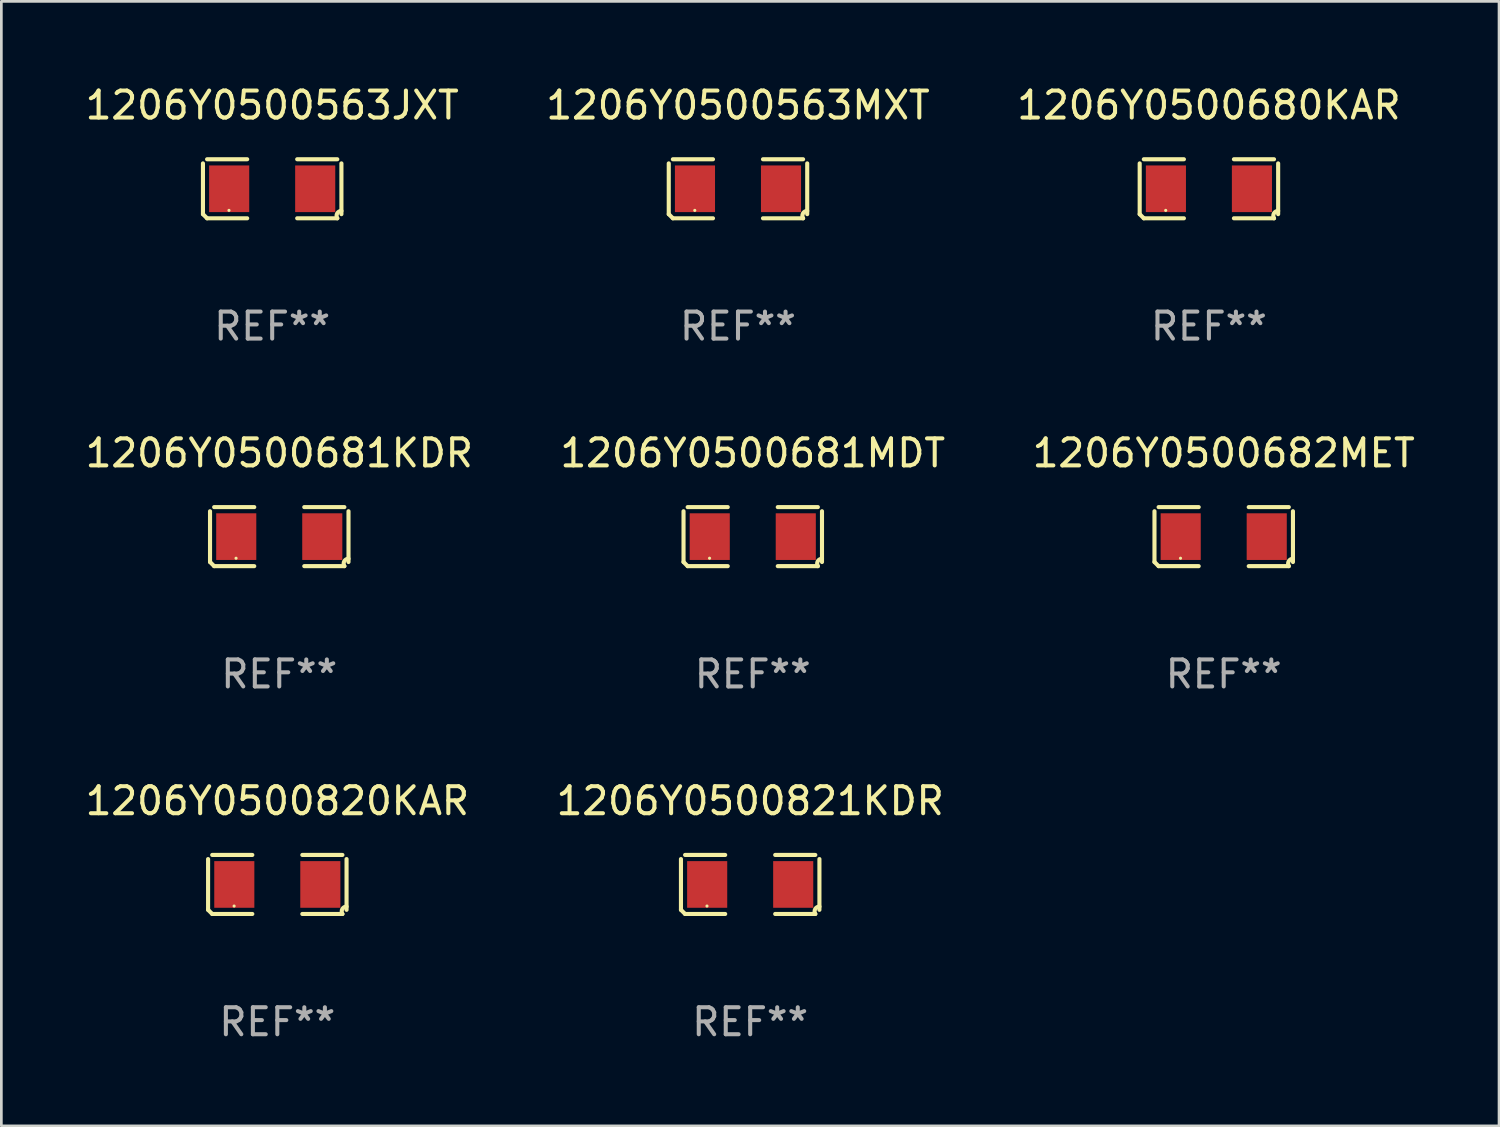
<source format=kicad_pcb>
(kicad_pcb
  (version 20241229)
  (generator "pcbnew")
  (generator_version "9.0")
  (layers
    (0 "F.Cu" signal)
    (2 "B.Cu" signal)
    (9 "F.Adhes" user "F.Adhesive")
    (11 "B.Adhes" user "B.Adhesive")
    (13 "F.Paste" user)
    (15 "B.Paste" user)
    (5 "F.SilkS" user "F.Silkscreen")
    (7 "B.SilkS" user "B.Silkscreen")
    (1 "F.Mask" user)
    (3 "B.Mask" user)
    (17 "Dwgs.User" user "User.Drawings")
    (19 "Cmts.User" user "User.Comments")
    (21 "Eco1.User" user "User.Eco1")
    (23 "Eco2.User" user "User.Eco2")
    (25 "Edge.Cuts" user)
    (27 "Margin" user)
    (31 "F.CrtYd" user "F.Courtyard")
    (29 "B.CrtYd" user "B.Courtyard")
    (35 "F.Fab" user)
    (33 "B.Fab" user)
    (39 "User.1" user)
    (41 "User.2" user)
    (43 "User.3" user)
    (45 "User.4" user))
  (footprint "1206Y0500681KDR"
    (layer "F.Cu")
    (at 7.292 16.823)
    (property "Reference" "1206Y0500681KDR" (at 0 -3.093 0) (layer "F.SilkS") (effects (font (size 1 1) (thickness 0.15))))
    (attr through_hole)
    (fp_line (start -2.564 0.94) (end -2.564 -0.94) (stroke (width 0.152) (type solid)) (layer "F.SilkS"))
    (fp_line (start -2.411 -1.093) (end -0.926 -1.093) (stroke (width 0.152) (type solid)) (layer "F.SilkS"))
    (fp_line (start -0.926 1.093) (end -2.411 1.093) (stroke (width 0.152) (type solid)) (layer "F.SilkS"))
    (fp_line (start 0.926 1.093) (end 2.411 1.093) (stroke (width 0.152) (type solid)) (layer "F.SilkS"))
    (fp_line (start 2.411 -1.093) (end 0.926 -1.093) (stroke (width 0.152) (type solid)) (layer "F.SilkS"))
    (fp_line (start 2.564 0.94) (end 2.564 -0.94) (stroke (width 0.152) (type solid)) (layer "F.SilkS"))
    (fp_arc (start -2.411201 1.092609) (mid -2.487413 1.01642) (end -2.563602 0.940208) (stroke (width 0.1524) (type solid)) (layer "F.SilkS"))
    (fp_arc (start 2.411201 1.092609) (mid 2.407159 0.911226) (end 2.563602 0.819347) (stroke (width 0.1524) (type solid)) (layer "F.SilkS"))
    (fp_circle (center -1.6 0.8) (end -1.57 0.8) (stroke (width 0.06) (type solid)) (fill no) (layer "F.SilkS"))
    (fp_text user "REF**" (at 0 5.093 0) (layer "F.Fab") (effects (font (size 1 1) (thickness 0.15))))
    (pad "1" smd rect (at -1.593 0) (size 1.485 1.728) (layers "F.Cu" "F.Mask" "F.Paste"))
    (pad "2" smd rect (at 1.593 0) (size 1.485 1.728) (layers "F.Cu" "F.Mask" "F.Paste")))
  (footprint "1206Y0500821KDR"
    (layer "F.Cu")
    (at 24.732 29.704)
    (property "Reference" "1206Y0500821KDR" (at 0 -3.093 0) (layer "F.SilkS") (effects (font (size 1 1) (thickness 0.15))))
    (attr through_hole)
    (fp_line (start -2.564 0.94) (end -2.564 -0.94) (stroke (width 0.152) (type solid)) (layer "F.SilkS"))
    (fp_line (start -2.411 -1.093) (end -0.926 -1.093) (stroke (width 0.152) (type solid)) (layer "F.SilkS"))
    (fp_line (start -0.926 1.093) (end -2.411 1.093) (stroke (width 0.152) (type solid)) (layer "F.SilkS"))
    (fp_line (start 0.926 1.093) (end 2.411 1.093) (stroke (width 0.152) (type solid)) (layer "F.SilkS"))
    (fp_line (start 2.411 -1.093) (end 0.926 -1.093) (stroke (width 0.152) (type solid)) (layer "F.SilkS"))
    (fp_line (start 2.564 0.94) (end 2.564 -0.94) (stroke (width 0.152) (type solid)) (layer "F.SilkS"))
    (fp_arc (start -2.411201 1.092609) (mid -2.487413 1.01642) (end -2.563602 0.940208) (stroke (width 0.1524) (type solid)) (layer "F.SilkS"))
    (fp_arc (start 2.411201 1.092609) (mid 2.407159 0.911226) (end 2.563602 0.819347) (stroke (width 0.1524) (type solid)) (layer "F.SilkS"))
    (fp_circle (center -1.6 0.8) (end -1.57 0.8) (stroke (width 0.06) (type solid)) (fill no) (layer "F.SilkS"))
    (fp_text user "REF**" (at 0 5.093 0) (layer "F.Fab") (effects (font (size 1 1) (thickness 0.15))))
    (pad "1" smd rect (at -1.593 0) (size 1.485 1.728) (layers "F.Cu" "F.Mask" "F.Paste"))
    (pad "2" smd rect (at 1.593 0) (size 1.485 1.728) (layers "F.Cu" "F.Mask" "F.Paste")))
  (footprint "1206Y0500682MET"
    (layer "F.Cu")
    (at 42.268 16.823)
    (property "Reference" "1206Y0500682MET" (at 0 -3.093 0) (layer "F.SilkS") (effects (font (size 1 1) (thickness 0.15))))
    (attr through_hole)
    (fp_line (start -2.564 0.94) (end -2.564 -0.94) (stroke (width 0.152) (type solid)) (layer "F.SilkS"))
    (fp_line (start -2.411 -1.093) (end -0.926 -1.093) (stroke (width 0.152) (type solid)) (layer "F.SilkS"))
    (fp_line (start -0.926 1.093) (end -2.411 1.093) (stroke (width 0.152) (type solid)) (layer "F.SilkS"))
    (fp_line (start 0.926 1.093) (end 2.411 1.093) (stroke (width 0.152) (type solid)) (layer "F.SilkS"))
    (fp_line (start 2.411 -1.093) (end 0.926 -1.093) (stroke (width 0.152) (type solid)) (layer "F.SilkS"))
    (fp_line (start 2.564 0.94) (end 2.564 -0.94) (stroke (width 0.152) (type solid)) (layer "F.SilkS"))
    (fp_arc (start -2.411201 1.092609) (mid -2.487413 1.01642) (end -2.563602 0.940208) (stroke (width 0.1524) (type solid)) (layer "F.SilkS"))
    (fp_arc (start 2.411201 1.092609) (mid 2.407159 0.911226) (end 2.563602 0.819347) (stroke (width 0.1524) (type solid)) (layer "F.SilkS"))
    (fp_circle (center -1.6 0.8) (end -1.57 0.8) (stroke (width 0.06) (type solid)) (fill no) (layer "F.SilkS"))
    (fp_text user "REF**" (at 0 5.093 0) (layer "F.Fab") (effects (font (size 1 1) (thickness 0.15))))
    (pad "1" smd rect (at -1.593 0) (size 1.485 1.728) (layers "F.Cu" "F.Mask" "F.Paste"))
    (pad "2" smd rect (at 1.593 0) (size 1.485 1.728) (layers "F.Cu" "F.Mask" "F.Paste")))
  (footprint "1206Y0500563JXT"
    (layer "F.Cu")
    (at 7.03 3.941)
    (property "Reference" "1206Y0500563JXT" (at 0 -3.093 0) (layer "F.SilkS") (effects (font (size 1 1) (thickness 0.15))))
    (attr through_hole)
    (fp_line (start -2.564 0.94) (end -2.564 -0.94) (stroke (width 0.152) (type solid)) (layer "F.SilkS"))
    (fp_line (start -2.411 -1.093) (end -0.926 -1.093) (stroke (width 0.152) (type solid)) (layer "F.SilkS"))
    (fp_line (start -0.926 1.093) (end -2.411 1.093) (stroke (width 0.152) (type solid)) (layer "F.SilkS"))
    (fp_line (start 0.926 1.093) (end 2.411 1.093) (stroke (width 0.152) (type solid)) (layer "F.SilkS"))
    (fp_line (start 2.411 -1.093) (end 0.926 -1.093) (stroke (width 0.152) (type solid)) (layer "F.SilkS"))
    (fp_line (start 2.564 0.94) (end 2.564 -0.94) (stroke (width 0.152) (type solid)) (layer "F.SilkS"))
    (fp_arc (start -2.411201 1.092609) (mid -2.487413 1.01642) (end -2.563602 0.940208) (stroke (width 0.1524) (type solid)) (layer "F.SilkS"))
    (fp_arc (start 2.411201 1.092609) (mid 2.407159 0.911226) (end 2.563602 0.819347) (stroke (width 0.1524) (type solid)) (layer "F.SilkS"))
    (fp_circle (center -1.6 0.8) (end -1.57 0.8) (stroke (width 0.06) (type solid)) (fill no) (layer "F.SilkS"))
    (fp_text user "REF**" (at 0 5.093 0) (layer "F.Fab") (effects (font (size 1 1) (thickness 0.15))))
    (pad "1" smd rect (at -1.593 0) (size 1.485 1.728) (layers "F.Cu" "F.Mask" "F.Paste"))
    (pad "2" smd rect (at 1.593 0) (size 1.485 1.728) (layers "F.Cu" "F.Mask" "F.Paste")))
  (footprint "1206Y0500563MXT"
    (layer "F.Cu")
    (at 24.28 3.941)
    (property "Reference" "1206Y0500563MXT" (at 0 -3.093 0) (layer "F.SilkS") (effects (font (size 1 1) (thickness 0.15))))
    (attr through_hole)
    (fp_line (start -2.564 0.94) (end -2.564 -0.94) (stroke (width 0.152) (type solid)) (layer "F.SilkS"))
    (fp_line (start -2.411 -1.093) (end -0.926 -1.093) (stroke (width 0.152) (type solid)) (layer "F.SilkS"))
    (fp_line (start -0.926 1.093) (end -2.411 1.093) (stroke (width 0.152) (type solid)) (layer "F.SilkS"))
    (fp_line (start 0.926 1.093) (end 2.411 1.093) (stroke (width 0.152) (type solid)) (layer "F.SilkS"))
    (fp_line (start 2.411 -1.093) (end 0.926 -1.093) (stroke (width 0.152) (type solid)) (layer "F.SilkS"))
    (fp_line (start 2.564 0.94) (end 2.564 -0.94) (stroke (width 0.152) (type solid)) (layer "F.SilkS"))
    (fp_arc (start -2.411201 1.092609) (mid -2.487413 1.01642) (end -2.563602 0.940208) (stroke (width 0.1524) (type solid)) (layer "F.SilkS"))
    (fp_arc (start 2.411201 1.092609) (mid 2.407159 0.911226) (end 2.563602 0.819347) (stroke (width 0.1524) (type solid)) (layer "F.SilkS"))
    (fp_circle (center -1.6 0.8) (end -1.57 0.8) (stroke (width 0.06) (type solid)) (fill no) (layer "F.SilkS"))
    (fp_text user "REF**" (at 0 5.093 0) (layer "F.Fab") (effects (font (size 1 1) (thickness 0.15))))
    (pad "1" smd rect (at -1.593 0) (size 1.485 1.728) (layers "F.Cu" "F.Mask" "F.Paste"))
    (pad "2" smd rect (at 1.593 0) (size 1.485 1.728) (layers "F.Cu" "F.Mask" "F.Paste")))
  (footprint "1206Y0500681MDT"
    (layer "F.Cu")
    (at 24.827 16.823)
    (property "Reference" "1206Y0500681MDT" (at 0 -3.093 0) (layer "F.SilkS") (effects (font (size 1 1) (thickness 0.15))))
    (attr through_hole)
    (fp_line (start -2.564 0.94) (end -2.564 -0.94) (stroke (width 0.152) (type solid)) (layer "F.SilkS"))
    (fp_line (start -2.411 -1.093) (end -0.926 -1.093) (stroke (width 0.152) (type solid)) (layer "F.SilkS"))
    (fp_line (start -0.926 1.093) (end -2.411 1.093) (stroke (width 0.152) (type solid)) (layer "F.SilkS"))
    (fp_line (start 0.926 1.093) (end 2.411 1.093) (stroke (width 0.152) (type solid)) (layer "F.SilkS"))
    (fp_line (start 2.411 -1.093) (end 0.926 -1.093) (stroke (width 0.152) (type solid)) (layer "F.SilkS"))
    (fp_line (start 2.564 0.94) (end 2.564 -0.94) (stroke (width 0.152) (type solid)) (layer "F.SilkS"))
    (fp_arc (start -2.411201 1.092609) (mid -2.487413 1.01642) (end -2.563602 0.940208) (stroke (width 0.1524) (type solid)) (layer "F.SilkS"))
    (fp_arc (start 2.411201 1.092609) (mid 2.407159 0.911226) (end 2.563602 0.819347) (stroke (width 0.1524) (type solid)) (layer "F.SilkS"))
    (fp_circle (center -1.6 0.8) (end -1.57 0.8) (stroke (width 0.06) (type solid)) (fill no) (layer "F.SilkS"))
    (fp_text user "REF**" (at 0 5.093 0) (layer "F.Fab") (effects (font (size 1 1) (thickness 0.15))))
    (pad "1" smd rect (at -1.593 0) (size 1.485 1.728) (layers "F.Cu" "F.Mask" "F.Paste"))
    (pad "2" smd rect (at 1.593 0) (size 1.485 1.728) (layers "F.Cu" "F.Mask" "F.Paste")))
  (footprint "1206Y0500820KAR"
    (layer "F.Cu")
    (at 7.22 29.704)
    (property "Reference" "1206Y0500820KAR" (at 0 -3.093 0) (layer "F.SilkS") (effects (font (size 1 1) (thickness 0.15))))
    (attr through_hole)
    (fp_line (start -2.564 0.94) (end -2.564 -0.94) (stroke (width 0.152) (type solid)) (layer "F.SilkS"))
    (fp_line (start -2.411 -1.093) (end -0.926 -1.093) (stroke (width 0.152) (type solid)) (layer "F.SilkS"))
    (fp_line (start -0.926 1.093) (end -2.411 1.093) (stroke (width 0.152) (type solid)) (layer "F.SilkS"))
    (fp_line (start 0.926 1.093) (end 2.411 1.093) (stroke (width 0.152) (type solid)) (layer "F.SilkS"))
    (fp_line (start 2.411 -1.093) (end 0.926 -1.093) (stroke (width 0.152) (type solid)) (layer "F.SilkS"))
    (fp_line (start 2.564 0.94) (end 2.564 -0.94) (stroke (width 0.152) (type solid)) (layer "F.SilkS"))
    (fp_arc (start -2.411201 1.092609) (mid -2.487413 1.01642) (end -2.563602 0.940208) (stroke (width 0.1524) (type solid)) (layer "F.SilkS"))
    (fp_arc (start 2.411201 1.092609) (mid 2.407159 0.911226) (end 2.563602 0.819347) (stroke (width 0.1524) (type solid)) (layer "F.SilkS"))
    (fp_circle (center -1.6 0.8) (end -1.57 0.8) (stroke (width 0.06) (type solid)) (fill no) (layer "F.SilkS"))
    (fp_text user "REF**" (at 0 5.093 0) (layer "F.Fab") (effects (font (size 1 1) (thickness 0.15))))
    (pad "1" smd rect (at -1.593 0) (size 1.485 1.728) (layers "F.Cu" "F.Mask" "F.Paste"))
    (pad "2" smd rect (at 1.593 0) (size 1.485 1.728) (layers "F.Cu" "F.Mask" "F.Paste")))
  (footprint "1206Y0500680KAR"
    (layer "F.Cu")
    (at 41.72 3.941)
    (property "Reference" "1206Y0500680KAR" (at 0 -3.093 0) (layer "F.SilkS") (effects (font (size 1 1) (thickness 0.15))))
    (attr through_hole)
    (fp_line (start -2.564 0.94) (end -2.564 -0.94) (stroke (width 0.152) (type solid)) (layer "F.SilkS"))
    (fp_line (start -2.411 -1.093) (end -0.926 -1.093) (stroke (width 0.152) (type solid)) (layer "F.SilkS"))
    (fp_line (start -0.926 1.093) (end -2.411 1.093) (stroke (width 0.152) (type solid)) (layer "F.SilkS"))
    (fp_line (start 0.926 1.093) (end 2.411 1.093) (stroke (width 0.152) (type solid)) (layer "F.SilkS"))
    (fp_line (start 2.411 -1.093) (end 0.926 -1.093) (stroke (width 0.152) (type solid)) (layer "F.SilkS"))
    (fp_line (start 2.564 0.94) (end 2.564 -0.94) (stroke (width 0.152) (type solid)) (layer "F.SilkS"))
    (fp_arc (start -2.411201 1.092609) (mid -2.487413 1.01642) (end -2.563602 0.940208) (stroke (width 0.1524) (type solid)) (layer "F.SilkS"))
    (fp_arc (start 2.411201 1.092609) (mid 2.407159 0.911226) (end 2.563602 0.819347) (stroke (width 0.1524) (type solid)) (layer "F.SilkS"))
    (fp_circle (center -1.6 0.8) (end -1.57 0.8) (stroke (width 0.06) (type solid)) (fill no) (layer "F.SilkS"))
    (fp_text user "REF**" (at 0 5.093 0) (layer "F.Fab") (effects (font (size 1 1) (thickness 0.15))))
    (pad "1" smd rect (at -1.593 0) (size 1.485 1.728) (layers "F.Cu" "F.Mask" "F.Paste"))
    (pad "2" smd rect (at 1.593 0) (size 1.485 1.728) (layers "F.Cu" "F.Mask" "F.Paste")))
  (gr_rect
    (start -3 -3)
    (end 52.464 38.645)
    (stroke (width 0.1) (type default))
    (fill no)
    (layer "Edge.Cuts")))
</source>
